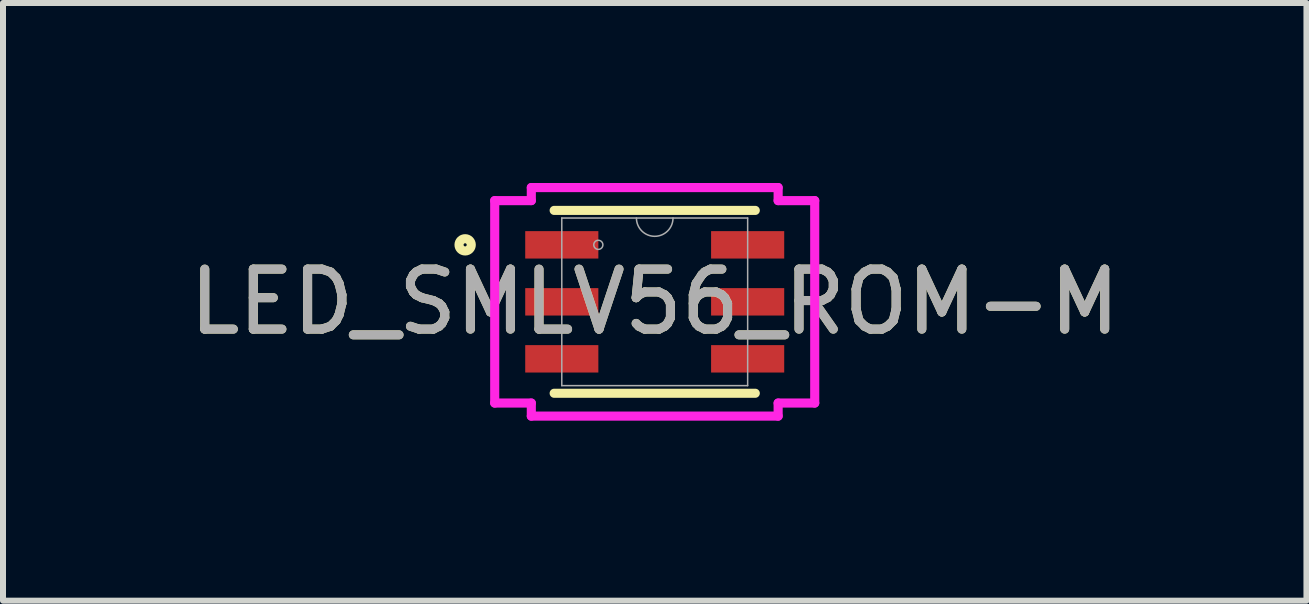
<source format=kicad_pcb>
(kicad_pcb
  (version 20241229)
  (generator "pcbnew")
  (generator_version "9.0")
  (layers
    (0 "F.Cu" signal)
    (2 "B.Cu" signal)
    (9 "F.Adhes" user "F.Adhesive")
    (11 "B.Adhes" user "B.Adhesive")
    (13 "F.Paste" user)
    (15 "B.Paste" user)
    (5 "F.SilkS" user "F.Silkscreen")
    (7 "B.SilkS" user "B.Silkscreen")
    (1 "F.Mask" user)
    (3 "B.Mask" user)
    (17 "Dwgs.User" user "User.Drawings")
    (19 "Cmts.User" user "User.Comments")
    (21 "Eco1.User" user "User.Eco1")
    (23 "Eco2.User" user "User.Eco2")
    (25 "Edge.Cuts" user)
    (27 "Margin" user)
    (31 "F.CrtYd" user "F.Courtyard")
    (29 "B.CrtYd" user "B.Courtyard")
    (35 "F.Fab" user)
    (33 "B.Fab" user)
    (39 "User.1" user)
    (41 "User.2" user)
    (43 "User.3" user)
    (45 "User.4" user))
  (footprint "LED_SMLV56_ROM-M"
    (layer "F.Cu")
    (at 7.863 1.981)
    (property "Reference" "LED_SMLV56_ROM-M" (at 0 0 0) (unlocked yes) (layer "F.SilkS") (effects (font (size 1 1) (thickness 0.15))))
    (attr smd)
    (fp_line (start -1.676 1.524) (end 1.676 1.524) (stroke (width 0.152) (type solid)) (layer "F.SilkS"))
    (fp_line (start 1.676 -1.524) (end -1.676 -1.524) (stroke (width 0.152) (type solid)) (layer "F.SilkS"))
    (fp_circle (center -3.16 -0.95) (end -3.058 -0.95) (stroke (width 0.152) (type solid)) (fill no) (layer "F.SilkS"))
    (fp_line (start -2.667 -1.687) (end -2.057 -1.687) (stroke (width 0.152) (type solid)) (layer "F.CrtYd"))
    (fp_line (start -2.667 1.687) (end -2.667 -1.687) (stroke (width 0.152) (type solid)) (layer "F.CrtYd"))
    (fp_line (start -2.667 1.687) (end -2.057 1.687) (stroke (width 0.152) (type solid)) (layer "F.CrtYd"))
    (fp_line (start -2.057 -1.905) (end 2.057 -1.905) (stroke (width 0.152) (type solid)) (layer "F.CrtYd"))
    (fp_line (start -2.057 -1.687) (end -2.057 -1.905) (stroke (width 0.152) (type solid)) (layer "F.CrtYd"))
    (fp_line (start -2.057 1.905) (end -2.057 1.687) (stroke (width 0.152) (type solid)) (layer "F.CrtYd"))
    (fp_line (start 2.057 -1.905) (end 2.057 -1.687) (stroke (width 0.152) (type solid)) (layer "F.CrtYd"))
    (fp_line (start 2.057 1.687) (end 2.057 1.905) (stroke (width 0.152) (type solid)) (layer "F.CrtYd"))
    (fp_line (start 2.057 1.905) (end -2.057 1.905) (stroke (width 0.152) (type solid)) (layer "F.CrtYd"))
    (fp_line (start 2.667 -1.687) (end 2.057 -1.687) (stroke (width 0.152) (type solid)) (layer "F.CrtYd"))
    (fp_line (start 2.667 -1.687) (end 2.667 1.687) (stroke (width 0.152) (type solid)) (layer "F.CrtYd"))
    (fp_line (start 2.667 1.687) (end 2.057 1.687) (stroke (width 0.152) (type solid)) (layer "F.CrtYd"))
    (fp_line (start -1.549 -1.397) (end -1.549 1.397) (stroke (width 0.025) (type solid)) (layer "F.Fab"))
    (fp_line (start -1.549 1.397) (end 1.549 1.397) (stroke (width 0.025) (type solid)) (layer "F.Fab"))
    (fp_line (start 1.549 -1.397) (end -1.549 -1.397) (stroke (width 0.025) (type solid)) (layer "F.Fab"))
    (fp_line (start 1.549 1.397) (end 1.549 -1.397) (stroke (width 0.025) (type solid)) (layer "F.Fab"))
    (fp_arc (start 0.3048 -1.397) (mid 0 -1.0922) (end -0.3048 -1.397) (stroke (width 0.0254) (type solid)) (layer "F.Fab"))
    (fp_circle (center -0.94 -0.95) (end -0.864 -0.95) (stroke (width 0.025) (type solid)) (fill no) (layer "F.Fab"))
    (fp_text user "${REFERENCE}" (at 0 0 0) (unlocked yes) (layer "F.Fab") (effects (font (size 1 1) (thickness 0.15))))
    (pad "1" smd rect (at -1.549 -0.95) (size 1.219 0.457) (layers "F.Cu" "F.Mask" "F.Paste"))
    (pad "2" smd rect (at -1.549 0) (size 1.219 0.457) (layers "F.Cu" "F.Mask" "F.Paste"))
    (pad "3" smd rect (at -1.549 0.95) (size 1.219 0.457) (layers "F.Cu" "F.Mask" "F.Paste"))
    (pad "4" smd rect (at 1.549 0.95) (size 1.219 0.457) (layers "F.Cu" "F.Mask" "F.Paste"))
    (pad "5" smd rect (at 1.549 0) (size 1.219 0.457) (layers "F.Cu" "F.Mask" "F.Paste"))
    (pad "6" smd rect (at 1.549 -0.95) (size 1.219 0.457) (layers "F.Cu" "F.Mask" "F.Paste")))
  (gr_rect
    (start -3 -3)
    (end 18.726 6.962)
    (stroke (width 0.1) (type default))
    (fill no)
    (layer "Edge.Cuts")))
</source>
